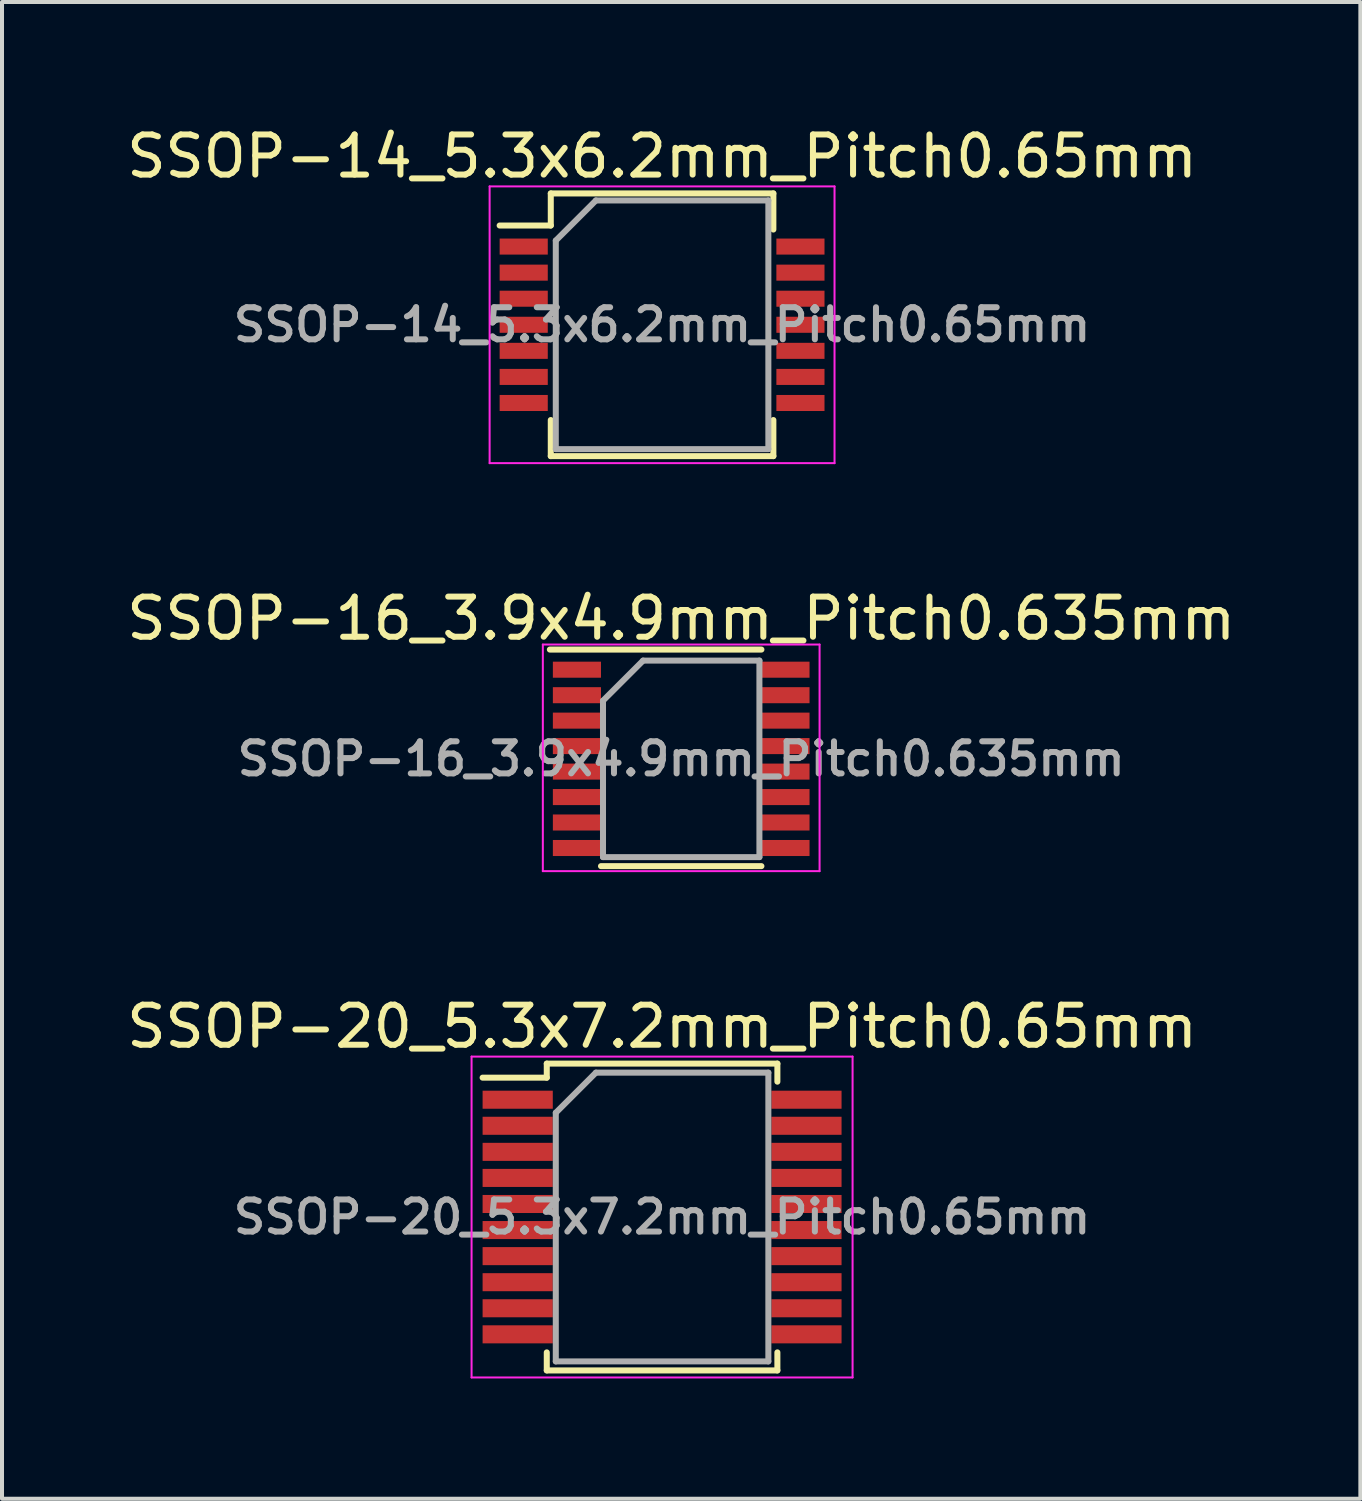
<source format=kicad_pcb>
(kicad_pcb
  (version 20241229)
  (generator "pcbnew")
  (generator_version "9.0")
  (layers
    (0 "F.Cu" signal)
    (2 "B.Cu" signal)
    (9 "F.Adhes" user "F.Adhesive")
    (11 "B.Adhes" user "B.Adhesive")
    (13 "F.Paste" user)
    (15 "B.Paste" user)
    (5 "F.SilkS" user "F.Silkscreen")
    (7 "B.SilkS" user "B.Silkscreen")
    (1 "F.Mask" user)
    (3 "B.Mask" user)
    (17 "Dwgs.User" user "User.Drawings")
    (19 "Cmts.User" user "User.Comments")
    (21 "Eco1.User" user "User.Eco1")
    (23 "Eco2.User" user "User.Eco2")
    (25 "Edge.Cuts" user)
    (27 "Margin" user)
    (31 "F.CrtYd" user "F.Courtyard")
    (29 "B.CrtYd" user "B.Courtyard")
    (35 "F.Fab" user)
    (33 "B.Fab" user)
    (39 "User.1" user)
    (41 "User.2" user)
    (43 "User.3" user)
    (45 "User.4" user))
  (footprint "SSOP-16_3.9x4.9mm_Pitch0.635mm"
    (layer "F.Cu")
    (at 13.935 15.871)
    (property "Reference" "SSOP-16_3.9x4.9mm_Pitch0.635mm" (at 0 -3.5 0) (layer "F.SilkS") (effects (font (size 1 1) (thickness 0.15))))
    (attr smd)
    (fp_line (start -3.275 -2.725) (end 2 -2.725) (stroke (width 0.15) (type solid)) (layer "F.SilkS"))
    (fp_line (start -2 2.675) (end 2 2.675) (stroke (width 0.15) (type solid)) (layer "F.SilkS"))
    (fp_line (start -3.45 -2.85) (end -3.45 2.8) (stroke (width 0.05) (type solid)) (layer "F.CrtYd"))
    (fp_line (start -3.45 -2.85) (end 3.45 -2.85) (stroke (width 0.05) (type solid)) (layer "F.CrtYd"))
    (fp_line (start -3.45 2.8) (end 3.45 2.8) (stroke (width 0.05) (type solid)) (layer "F.CrtYd"))
    (fp_line (start 3.45 -2.85) (end 3.45 2.8) (stroke (width 0.05) (type solid)) (layer "F.CrtYd"))
    (fp_line (start -1.95 -1.45) (end -0.95 -2.45) (stroke (width 0.15) (type solid)) (layer "F.Fab"))
    (fp_line (start -1.95 2.45) (end -1.95 -1.45) (stroke (width 0.15) (type solid)) (layer "F.Fab"))
    (fp_line (start -0.95 -2.45) (end 1.95 -2.45) (stroke (width 0.15) (type solid)) (layer "F.Fab"))
    (fp_line (start 1.95 -2.45) (end 1.95 2.45) (stroke (width 0.15) (type solid)) (layer "F.Fab"))
    (fp_line (start 1.95 2.45) (end -1.95 2.45) (stroke (width 0.15) (type solid)) (layer "F.Fab"))
    (fp_text user "${REFERENCE}" (at 0 0 0) (layer "F.Fab") (effects (font (size 0.8 0.8) (thickness 0.15))))
    (pad "1" smd rect (at -2.6 -2.223) (size 1.2 0.4) (layers "F.Cu" "F.Mask" "F.Paste"))
    (pad "2" smd rect (at -2.6 -1.587) (size 1.2 0.4) (layers "F.Cu" "F.Mask" "F.Paste"))
    (pad "3" smd rect (at -2.6 -0.953) (size 1.2 0.4) (layers "F.Cu" "F.Mask" "F.Paste"))
    (pad "4" smd rect (at -2.6 -0.318) (size 1.2 0.4) (layers "F.Cu" "F.Mask" "F.Paste"))
    (pad "5" smd rect (at -2.6 0.318) (size 1.2 0.4) (layers "F.Cu" "F.Mask" "F.Paste"))
    (pad "6" smd rect (at -2.6 0.953) (size 1.2 0.4) (layers "F.Cu" "F.Mask" "F.Paste"))
    (pad "7" smd rect (at -2.6 1.587) (size 1.2 0.4) (layers "F.Cu" "F.Mask" "F.Paste"))
    (pad "8" smd rect (at -2.6 2.223) (size 1.2 0.4) (layers "F.Cu" "F.Mask" "F.Paste"))
    (pad "9" smd rect (at 2.6 2.223) (size 1.2 0.4) (layers "F.Cu" "F.Mask" "F.Paste"))
    (pad "10" smd rect (at 2.6 1.587) (size 1.2 0.4) (layers "F.Cu" "F.Mask" "F.Paste"))
    (pad "11" smd rect (at 2.6 0.953) (size 1.2 0.4) (layers "F.Cu" "F.Mask" "F.Paste"))
    (pad "12" smd rect (at 2.6 0.318) (size 1.2 0.4) (layers "F.Cu" "F.Mask" "F.Paste"))
    (pad "13" smd rect (at 2.6 -0.318) (size 1.2 0.4) (layers "F.Cu" "F.Mask" "F.Paste"))
    (pad "14" smd rect (at 2.6 -0.953) (size 1.2 0.4) (layers "F.Cu" "F.Mask" "F.Paste"))
    (pad "15" smd rect (at 2.6 -1.587) (size 1.2 0.4) (layers "F.Cu" "F.Mask" "F.Paste"))
    (pad "16" smd rect (at 2.6 -2.223) (size 1.2 0.4) (layers "F.Cu" "F.Mask" "F.Paste")))
  (footprint "SSOP-14_5.3x6.2mm_Pitch0.65mm"
    (layer "F.Cu")
    (at 13.458 5.048)
    (property "Reference" "SSOP-14_5.3x6.2mm_Pitch0.65mm" (at 0 -4.2 0) (layer "F.SilkS") (effects (font (size 1 1) (thickness 0.15))))
    (attr smd)
    (fp_line (start -2.775 -3.275) (end -2.775 -2.475) (stroke (width 0.15) (type solid)) (layer "F.SilkS"))
    (fp_line (start -2.775 -3.275) (end 2.775 -3.275) (stroke (width 0.15) (type solid)) (layer "F.SilkS"))
    (fp_line (start -2.775 -2.475) (end -4.05 -2.475) (stroke (width 0.15) (type solid)) (layer "F.SilkS"))
    (fp_line (start -2.775 3.275) (end -2.775 2.375) (stroke (width 0.15) (type solid)) (layer "F.SilkS"))
    (fp_line (start -2.775 3.275) (end 2.775 3.275) (stroke (width 0.15) (type solid)) (layer "F.SilkS"))
    (fp_line (start 2.775 -3.275) (end 2.775 -2.375) (stroke (width 0.15) (type solid)) (layer "F.SilkS"))
    (fp_line (start 2.775 3.275) (end 2.775 2.375) (stroke (width 0.15) (type solid)) (layer "F.SilkS"))
    (fp_line (start -4.3 -3.45) (end -4.3 3.45) (stroke (width 0.05) (type solid)) (layer "F.CrtYd"))
    (fp_line (start -4.3 -3.45) (end 4.3 -3.45) (stroke (width 0.05) (type solid)) (layer "F.CrtYd"))
    (fp_line (start -4.3 3.45) (end 4.3 3.45) (stroke (width 0.05) (type solid)) (layer "F.CrtYd"))
    (fp_line (start 4.3 -3.45) (end 4.3 3.45) (stroke (width 0.05) (type solid)) (layer "F.CrtYd"))
    (fp_line (start -2.65 -2.1) (end -1.65 -3.1) (stroke (width 0.15) (type solid)) (layer "F.Fab"))
    (fp_line (start -2.65 3.1) (end -2.65 -2.1) (stroke (width 0.15) (type solid)) (layer "F.Fab"))
    (fp_line (start -1.65 -3.1) (end 2.65 -3.1) (stroke (width 0.15) (type solid)) (layer "F.Fab"))
    (fp_line (start 2.65 -3.1) (end 2.65 3.1) (stroke (width 0.15) (type solid)) (layer "F.Fab"))
    (fp_line (start 2.65 3.1) (end -2.65 3.1) (stroke (width 0.15) (type solid)) (layer "F.Fab"))
    (fp_text user "${REFERENCE}" (at 0 0 0) (layer "F.Fab") (effects (font (size 0.8 0.8) (thickness 0.15))))
    (pad "1" smd rect (at -3.45 -1.95) (size 1.2 0.4) (layers "F.Cu" "F.Mask" "F.Paste"))
    (pad "2" smd rect (at -3.45 -1.3) (size 1.2 0.4) (layers "F.Cu" "F.Mask" "F.Paste"))
    (pad "3" smd rect (at -3.45 -0.65) (size 1.2 0.4) (layers "F.Cu" "F.Mask" "F.Paste"))
    (pad "4" smd rect (at -3.45 0) (size 1.2 0.4) (layers "F.Cu" "F.Mask" "F.Paste"))
    (pad "5" smd rect (at -3.45 0.65) (size 1.2 0.4) (layers "F.Cu" "F.Mask" "F.Paste"))
    (pad "6" smd rect (at -3.45 1.3) (size 1.2 0.4) (layers "F.Cu" "F.Mask" "F.Paste"))
    (pad "7" smd rect (at -3.45 1.95) (size 1.2 0.4) (layers "F.Cu" "F.Mask" "F.Paste"))
    (pad "8" smd rect (at 3.45 1.95) (size 1.2 0.4) (layers "F.Cu" "F.Mask" "F.Paste"))
    (pad "9" smd rect (at 3.45 1.3) (size 1.2 0.4) (layers "F.Cu" "F.Mask" "F.Paste"))
    (pad "10" smd rect (at 3.45 0.65) (size 1.2 0.4) (layers "F.Cu" "F.Mask" "F.Paste"))
    (pad "11" smd rect (at 3.45 0) (size 1.2 0.4) (layers "F.Cu" "F.Mask" "F.Paste"))
    (pad "12" smd rect (at 3.45 -0.65) (size 1.2 0.4) (layers "F.Cu" "F.Mask" "F.Paste"))
    (pad "13" smd rect (at 3.45 -1.3) (size 1.2 0.4) (layers "F.Cu" "F.Mask" "F.Paste"))
    (pad "14" smd rect (at 3.45 -1.95) (size 1.2 0.4) (layers "F.Cu" "F.Mask" "F.Paste")))
  (footprint "SSOP-20_5.3x7.2mm_Pitch0.65mm"
    (layer "F.Cu")
    (at 13.458 27.295)
    (property "Reference" "SSOP-20_5.3x7.2mm_Pitch0.65mm" (at 0 -4.75 0) (layer "F.SilkS") (effects (font (size 1 1) (thickness 0.15))))
    (attr smd)
    (fp_line (start -2.875 -3.825) (end -2.875 -3.475) (stroke (width 0.15) (type solid)) (layer "F.SilkS"))
    (fp_line (start -2.875 -3.825) (end 2.875 -3.825) (stroke (width 0.15) (type solid)) (layer "F.SilkS"))
    (fp_line (start -2.875 -3.475) (end -4.475 -3.475) (stroke (width 0.15) (type solid)) (layer "F.SilkS"))
    (fp_line (start -2.875 3.825) (end -2.875 3.375) (stroke (width 0.15) (type solid)) (layer "F.SilkS"))
    (fp_line (start -2.875 3.825) (end 2.875 3.825) (stroke (width 0.15) (type solid)) (layer "F.SilkS"))
    (fp_line (start 2.875 -3.825) (end 2.875 -3.375) (stroke (width 0.15) (type solid)) (layer "F.SilkS"))
    (fp_line (start 2.875 3.825) (end 2.875 3.375) (stroke (width 0.15) (type solid)) (layer "F.SilkS"))
    (fp_line (start -4.75 -4) (end -4.75 4) (stroke (width 0.05) (type solid)) (layer "F.CrtYd"))
    (fp_line (start -4.75 -4) (end 4.75 -4) (stroke (width 0.05) (type solid)) (layer "F.CrtYd"))
    (fp_line (start -4.75 4) (end 4.75 4) (stroke (width 0.05) (type solid)) (layer "F.CrtYd"))
    (fp_line (start 4.75 -4) (end 4.75 4) (stroke (width 0.05) (type solid)) (layer "F.CrtYd"))
    (fp_line (start -2.65 -2.6) (end -1.65 -3.6) (stroke (width 0.15) (type solid)) (layer "F.Fab"))
    (fp_line (start -2.65 3.6) (end -2.65 -2.6) (stroke (width 0.15) (type solid)) (layer "F.Fab"))
    (fp_line (start -1.65 -3.6) (end 2.65 -3.6) (stroke (width 0.15) (type solid)) (layer "F.Fab"))
    (fp_line (start 2.65 -3.6) (end 2.65 3.6) (stroke (width 0.15) (type solid)) (layer "F.Fab"))
    (fp_line (start 2.65 3.6) (end -2.65 3.6) (stroke (width 0.15) (type solid)) (layer "F.Fab"))
    (fp_text user "${REFERENCE}" (at 0 0 0) (layer "F.Fab") (effects (font (size 0.8 0.8) (thickness 0.15))))
    (pad "1" smd rect (at -3.6 -2.925) (size 1.75 0.45) (layers "F.Cu" "F.Mask" "F.Paste"))
    (pad "2" smd rect (at -3.6 -2.275) (size 1.75 0.45) (layers "F.Cu" "F.Mask" "F.Paste"))
    (pad "3" smd rect (at -3.6 -1.625) (size 1.75 0.45) (layers "F.Cu" "F.Mask" "F.Paste"))
    (pad "4" smd rect (at -3.6 -0.975) (size 1.75 0.45) (layers "F.Cu" "F.Mask" "F.Paste"))
    (pad "5" smd rect (at -3.6 -0.325) (size 1.75 0.45) (layers "F.Cu" "F.Mask" "F.Paste"))
    (pad "6" smd rect (at -3.6 0.325) (size 1.75 0.45) (layers "F.Cu" "F.Mask" "F.Paste"))
    (pad "7" smd rect (at -3.6 0.975) (size 1.75 0.45) (layers "F.Cu" "F.Mask" "F.Paste"))
    (pad "8" smd rect (at -3.6 1.625) (size 1.75 0.45) (layers "F.Cu" "F.Mask" "F.Paste"))
    (pad "9" smd rect (at -3.6 2.275) (size 1.75 0.45) (layers "F.Cu" "F.Mask" "F.Paste"))
    (pad "10" smd rect (at -3.6 2.925) (size 1.75 0.45) (layers "F.Cu" "F.Mask" "F.Paste"))
    (pad "11" smd rect (at 3.6 2.925) (size 1.75 0.45) (layers "F.Cu" "F.Mask" "F.Paste"))
    (pad "12" smd rect (at 3.6 2.275) (size 1.75 0.45) (layers "F.Cu" "F.Mask" "F.Paste"))
    (pad "13" smd rect (at 3.6 1.625) (size 1.75 0.45) (layers "F.Cu" "F.Mask" "F.Paste"))
    (pad "14" smd rect (at 3.6 0.975) (size 1.75 0.45) (layers "F.Cu" "F.Mask" "F.Paste"))
    (pad "15" smd rect (at 3.6 0.325) (size 1.75 0.45) (layers "F.Cu" "F.Mask" "F.Paste"))
    (pad "16" smd rect (at 3.6 -0.325) (size 1.75 0.45) (layers "F.Cu" "F.Mask" "F.Paste"))
    (pad "17" smd rect (at 3.6 -0.975) (size 1.75 0.45) (layers "F.Cu" "F.Mask" "F.Paste"))
    (pad "18" smd rect (at 3.6 -1.625) (size 1.75 0.45) (layers "F.Cu" "F.Mask" "F.Paste"))
    (pad "19" smd rect (at 3.6 -2.275) (size 1.75 0.45) (layers "F.Cu" "F.Mask" "F.Paste"))
    (pad "20" smd rect (at 3.6 -2.925) (size 1.75 0.45) (layers "F.Cu" "F.Mask" "F.Paste")))
  (gr_rect
    (start -3 -3)
    (end 30.869 34.32)
    (stroke (width 0.1) (type default))
    (fill no)
    (layer "Edge.Cuts")))
</source>
